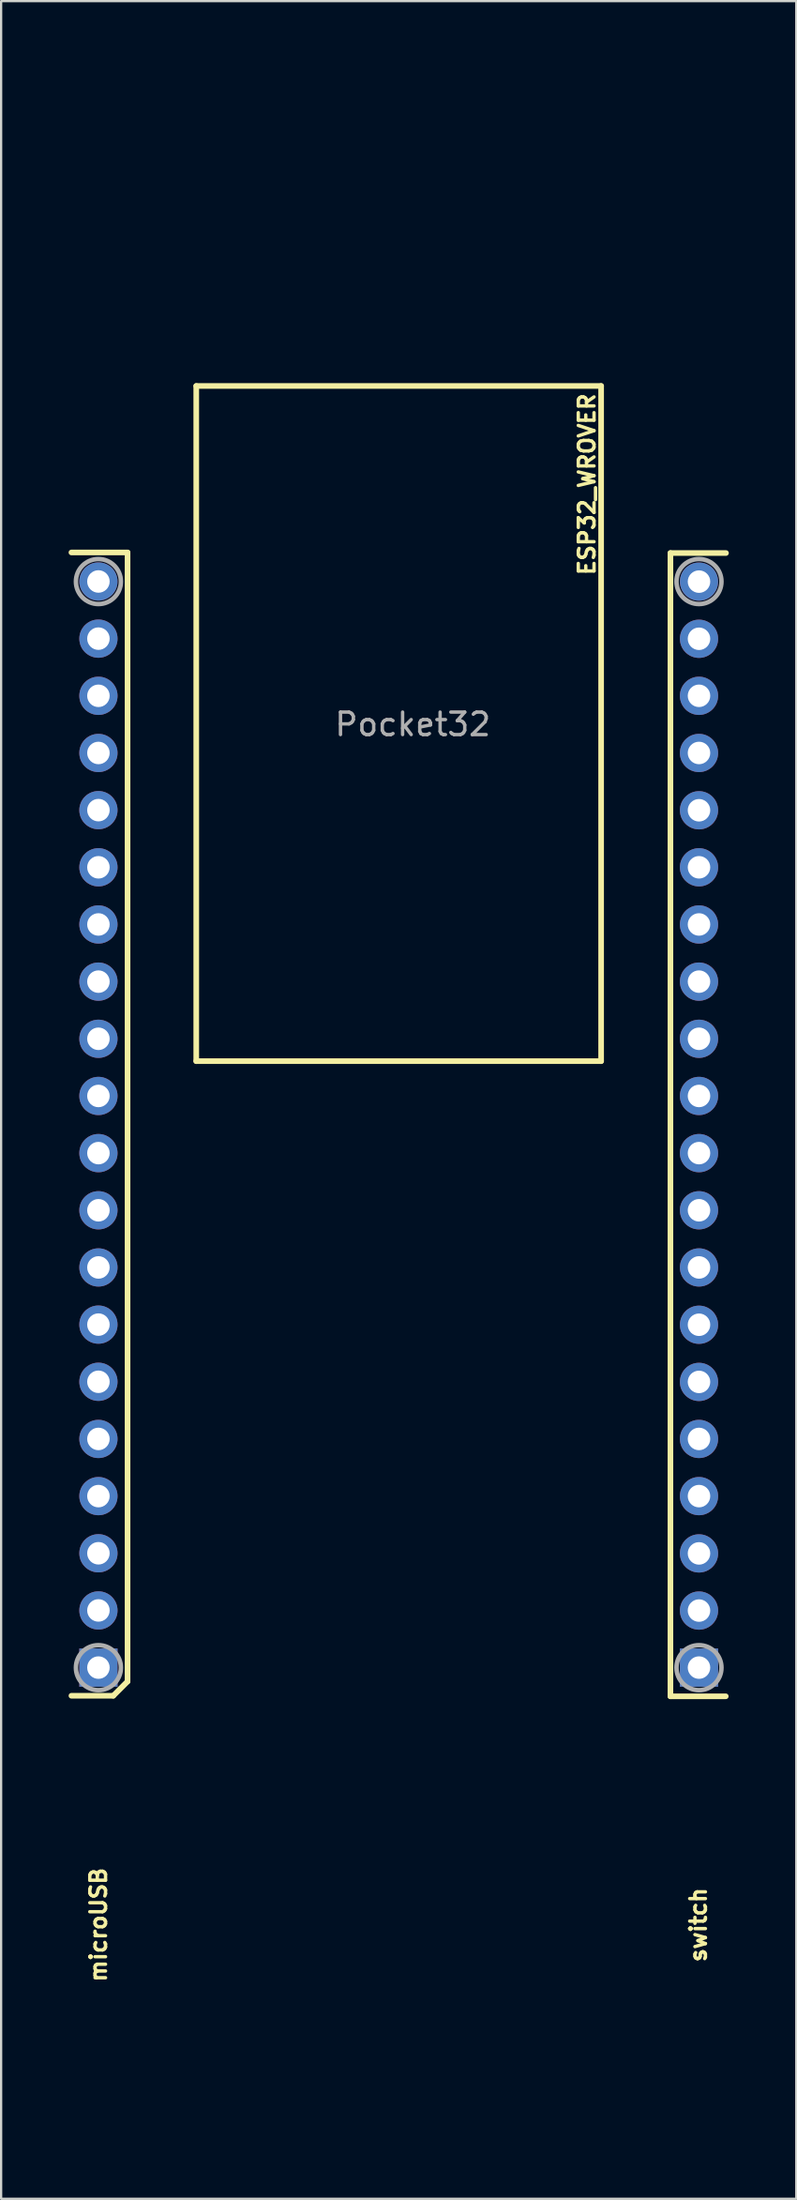
<source format=kicad_pcb>
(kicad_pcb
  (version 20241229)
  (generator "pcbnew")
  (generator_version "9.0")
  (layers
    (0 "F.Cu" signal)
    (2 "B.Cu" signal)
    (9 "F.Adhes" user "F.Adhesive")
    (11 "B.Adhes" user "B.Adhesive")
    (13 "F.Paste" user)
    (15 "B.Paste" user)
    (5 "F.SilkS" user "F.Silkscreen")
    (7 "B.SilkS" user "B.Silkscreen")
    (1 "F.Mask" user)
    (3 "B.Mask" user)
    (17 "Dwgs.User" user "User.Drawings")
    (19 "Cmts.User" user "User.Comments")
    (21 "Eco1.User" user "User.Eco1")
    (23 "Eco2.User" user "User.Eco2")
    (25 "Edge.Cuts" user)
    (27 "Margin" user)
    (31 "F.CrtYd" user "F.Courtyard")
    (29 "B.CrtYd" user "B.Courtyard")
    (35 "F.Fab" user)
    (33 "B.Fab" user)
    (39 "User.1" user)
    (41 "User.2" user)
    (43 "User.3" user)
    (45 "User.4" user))
  (footprint "Pocket32"
    (layer "F.Cu")
    (at 2.596 2.467)
    (property "Reference" "Pocket32" (at 12.706 26.668 180) (layer "F.Fab") (effects (font (size 1 1) (thickness 0.15))))
    (attr through_hole)
    (fp_line (start -2.47 19.031) (end 0.025 19.031) (stroke (width 0.25) (type solid)) (layer "F.SilkS"))
    (fp_line (start -0.61 69.831) (end -2.47 69.831) (stroke (width 0.25) (type solid)) (layer "F.SilkS"))
    (fp_line (start 0.025 19.031) (end 0.025 69.196) (stroke (width 0.25) (type solid)) (layer "F.SilkS"))
    (fp_line (start 0.025 69.196) (end -0.61 69.831) (stroke (width 0.25) (type solid)) (layer "F.SilkS"))
    (fp_line (start 3.079 11.633) (end 21.079 11.633) (stroke (width 0.25) (type solid)) (layer "F.SilkS"))
    (fp_line (start 3.079 41.633) (end 3.079 11.633) (stroke (width 0.25) (type solid)) (layer "F.SilkS"))
    (fp_line (start 21.079 11.633) (end 21.079 41.633) (stroke (width 0.25) (type solid)) (layer "F.SilkS"))
    (fp_line (start 21.079 41.633) (end 3.079 41.633) (stroke (width 0.25) (type solid)) (layer "F.SilkS"))
    (fp_line (start 24.16 19.056) (end 26.63 19.056) (stroke (width 0.25) (type solid)) (layer "F.SilkS"))
    (fp_line (start 24.16 69.856) (end 24.16 19.056) (stroke (width 0.25) (type solid)) (layer "F.SilkS"))
    (fp_line (start 26.62 69.856) (end 24.16 69.856) (stroke (width 0.25) (type solid)) (layer "F.SilkS"))
    (fp_line (start -2.496 87.083) (end -2.496 -0.367) (stroke (width 0.2) (type solid)) (layer "Margin"))
    (fp_line (start -0.496 -2.367) (end 24.654 -2.367) (stroke (width 0.2) (type solid)) (layer "Margin"))
    (fp_line (start 24.654 89.083) (end -0.496 89.083) (stroke (width 0.2) (type solid)) (layer "Margin"))
    (fp_line (start 26.654 -0.367) (end 26.654 87.083) (stroke (width 0.2) (type solid)) (layer "Margin"))
    (fp_arc (start -2.4962 -0.3666) (mid -1.910414 -1.780814) (end -0.4962 -2.3666) (stroke (width 0.2) (type solid)) (layer "Margin"))
    (fp_arc (start -0.4962 89.0834) (mid -1.910414 88.497614) (end -2.4962 87.0834) (stroke (width 0.2) (type solid)) (layer "Margin"))
    (fp_arc (start 24.6538 -2.3666) (mid 26.068014 -1.780814) (end 26.6538 -0.3666) (stroke (width 0.2) (type solid)) (layer "Margin"))
    (fp_arc (start 26.6538 87.0834) (mid 26.068014 88.497614) (end 24.6538 89.0834) (stroke (width 0.2) (type solid)) (layer "Margin"))
    (fp_circle (center -0.421 -0.267) (end 1.079 -0.267) (stroke (width 0.2) (type solid)) (fill no) (layer "Margin"))
    (fp_circle (center -0.421 86.983) (end 1.079 86.983) (stroke (width 0.2) (type solid)) (fill no) (layer "Margin"))
    (fp_circle (center 24.579 -0.267) (end 26.079 -0.267) (stroke (width 0.2) (type solid)) (fill no) (layer "Margin"))
    (fp_circle (center 24.579 86.983) (end 26.079 86.983) (stroke (width 0.2) (type solid)) (fill no) (layer "Margin"))
    (fp_circle (center -1.271 20.323) (end -0.271 20.323) (stroke (width 0.2) (type solid)) (fill no) (layer "F.Fab"))
    (fp_circle (center -1.271 68.583) (end -0.271 68.583) (stroke (width 0.2) (type solid)) (fill no) (layer "F.Fab"))
    (fp_circle (center 25.429 20.323) (end 26.429 20.323) (stroke (width 0.2) (type solid)) (fill no) (layer "F.Fab"))
    (fp_circle (center 25.429 68.583) (end 26.429 68.583) (stroke (width 0.2) (type solid)) (fill no) (layer "F.Fab"))
    (fp_text user "ESP32_WROVER" (at 20.447 16.002 90) (layer "F.SilkS") (effects (font (size 0.7 0.7) (thickness 0.15))))
    (fp_text user "switch" (at 25.4 80.01 90) (layer "F.SilkS") (effects (font (size 0.7 0.7) (thickness 0.15))))
    (fp_text user "microUSB" (at -1.27 80.01 90) (layer "F.SilkS") (effects (font (size 0.7 0.7) (thickness 0.15))))
    (pad "0" thru_hole oval (at 25.43 53.346 180) (size 1.7 1.7) (drill 1) (layers "*.Cu" "*.Mask"))
    (pad "2" thru_hole oval (at 25.43 55.886 180) (size 1.7 1.7) (drill 1) (layers "*.Cu" "*.Mask"))
    (pad "4" thru_hole oval (at 25.43 50.8 180) (size 1.7 1.7) (drill 1) (layers "*.Cu" "*.Mask"))
    (pad "5" thru_hole oval (at 25.43 43.18 180) (size 1.7 1.7) (drill 1) (layers "*.Cu" "*.Mask"))
    (pad "5V" thru_hole oval (at -1.27 66.04 180) (size 1.7 1.7) (drill 1) (layers "*.Cu" "*.Mask"))
    (pad "12" thru_hole oval (at -1.27 50.8 180) (size 1.7 1.7) (drill 1) (layers "*.Cu" "*.Mask"))
    (pad "13" thru_hole oval (at -1.27 55.88 180) (size 1.7 1.7) (drill 1) (layers "*.Cu" "*.Mask"))
    (pad "14" thru_hole oval (at -1.27 48.26 180) (size 1.7 1.7) (drill 1) (layers "*.Cu" "*.Mask"))
    (pad "15" thru_hole oval (at 25.43 58.42 180) (size 1.7 1.7) (drill 1) (layers "*.Cu" "*.Mask"))
    (pad "16" thru_hole oval (at 25.43 48.26 180) (size 1.7 1.7) (drill 1) (layers "*.Cu" "*.Mask"))
    (pad "17" thru_hole oval (at 25.43 45.72 180) (size 1.7 1.7) (drill 1) (layers "*.Cu" "*.Mask"))
    (pad "18" thru_hole oval (at 25.43 40.64 180) (size 1.7 1.7) (drill 1) (layers "*.Cu" "*.Mask"))
    (pad "19" thru_hole oval (at 25.43 38.1 180) (size 1.7 1.7) (drill 1) (layers "*.Cu" "*.Mask"))
    (pad "21" thru_hole oval (at 25.43 33.02 180) (size 1.7 1.7) (drill 1) (layers "*.Cu" "*.Mask"))
    (pad "22" thru_hole oval (at 25.43 25.4 180) (size 1.7 1.7) (drill 1) (layers "*.Cu" "*.Mask"))
    (pad "23" thru_hole oval (at 25.43 22.866 180) (size 1.7 1.7) (drill 1) (layers "*.Cu" "*.Mask"))
    (pad "25" thru_hole oval (at -1.27 40.64 180) (size 1.7 1.7) (drill 1) (layers "*.Cu" "*.Mask"))
    (pad "26" thru_hole oval (at -1.27 43.18 180) (size 1.7 1.7) (drill 1) (layers "*.Cu" "*.Mask"))
    (pad "27" thru_hole oval (at -1.27 45.72 180) (size 1.7 1.7) (drill 1) (layers "*.Cu" "*.Mask"))
    (pad "32" thru_hole oval (at -1.27 35.56 180) (size 1.7 1.7) (drill 1) (layers "*.Cu" "*.Mask"))
    (pad "33" thru_hole oval (at -1.27 38.1 180) (size 1.7 1.7) (drill 1) (layers "*.Cu" "*.Mask"))
    (pad "34" thru_hole oval (at -1.27 30.48 180) (size 1.7 1.7) (drill 1) (layers "*.Cu" "*.Mask"))
    (pad "35" thru_hole oval (at -1.27 33.02 180) (size 1.7 1.7) (drill 1) (layers "*.Cu" "*.Mask"))
    (pad "CLK" thru_hole oval (at 25.43 66.046 180) (size 1.7 1.7) (drill 1) (layers "*.Cu" "*.Mask"))
    (pad "CMD" thru_hole oval (at -1.27 63.5 180) (size 1.7 1.7) (drill 1) (layers "*.Cu" "*.Mask"))
    (pad "EN" thru_hole oval (at -1.27 22.86 180) (size 1.7 1.7) (drill 1) (layers "*.Cu" "*.Mask"))
    (pad "GND" thru_hole oval (at -1.27 53.34 180) (size 1.7 1.7) (drill 1) (layers "*.Cu" "*.Mask"))
    (pad "GND" thru_hole oval (at 25.43 20.326 180) (size 1.7 1.7) (drill 1) (layers "*.Cu" "*.Mask"))
    (pad "GND" thru_hole oval (at 25.43 35.56 180) (size 1.7 1.7) (drill 1) (layers "*.Cu" "*.Mask"))
    (pad "NC" thru_hole rect (at -1.27 68.58 180) (size 1.7 1.7) (drill 1) (layers "*.Cu" "*.Mask"))
    (pad "NC" thru_hole rect (at 25.43 68.58 180) (size 1.7 1.7) (drill 1) (layers "*.Cu" "*.Mask"))
    (pad "RX" thru_hole oval (at 25.43 30.486 180) (size 1.7 1.7) (drill 1) (layers "*.Cu" "*.Mask"))
    (pad "SD0" thru_hole oval (at 25.43 63.506 180) (size 1.7 1.7) (drill 1) (layers "*.Cu" "*.Mask"))
    (pad "SD1" thru_hole oval (at 25.43 60.96 180) (size 1.7 1.7) (drill 1) (layers "*.Cu" "*.Mask"))
    (pad "SD2" thru_hole oval (at -1.27 58.42 180) (size 1.7 1.7) (drill 1) (layers "*.Cu" "*.Mask"))
    (pad "SD3" thru_hole oval (at -1.27 60.96 180) (size 1.7 1.7) (drill 1) (layers "*.Cu" "*.Mask"))
    (pad "SVN" thru_hole oval (at -1.27 27.94 180) (size 1.7 1.7) (drill 1) (layers "*.Cu" "*.Mask"))
    (pad "SVP" thru_hole oval (at -1.27 25.4 180) (size 1.7 1.7) (drill 1) (layers "*.Cu" "*.Mask"))
    (pad "TX" thru_hole oval (at 25.43 27.94 180) (size 1.7 1.7) (drill 1) (layers "*.Cu" "*.Mask"))
    (pad "VCC" thru_hole oval (at -1.27 20.32 180) (size 1.7 1.7) (drill 1) (layers "*.Cu" "*.Mask")))
  (gr_rect
    (start -3 -3)
    (end 32.351 94.65)
    (stroke (width 0.1) (type default))
    (fill no)
    (layer "Edge.Cuts")))
</source>
